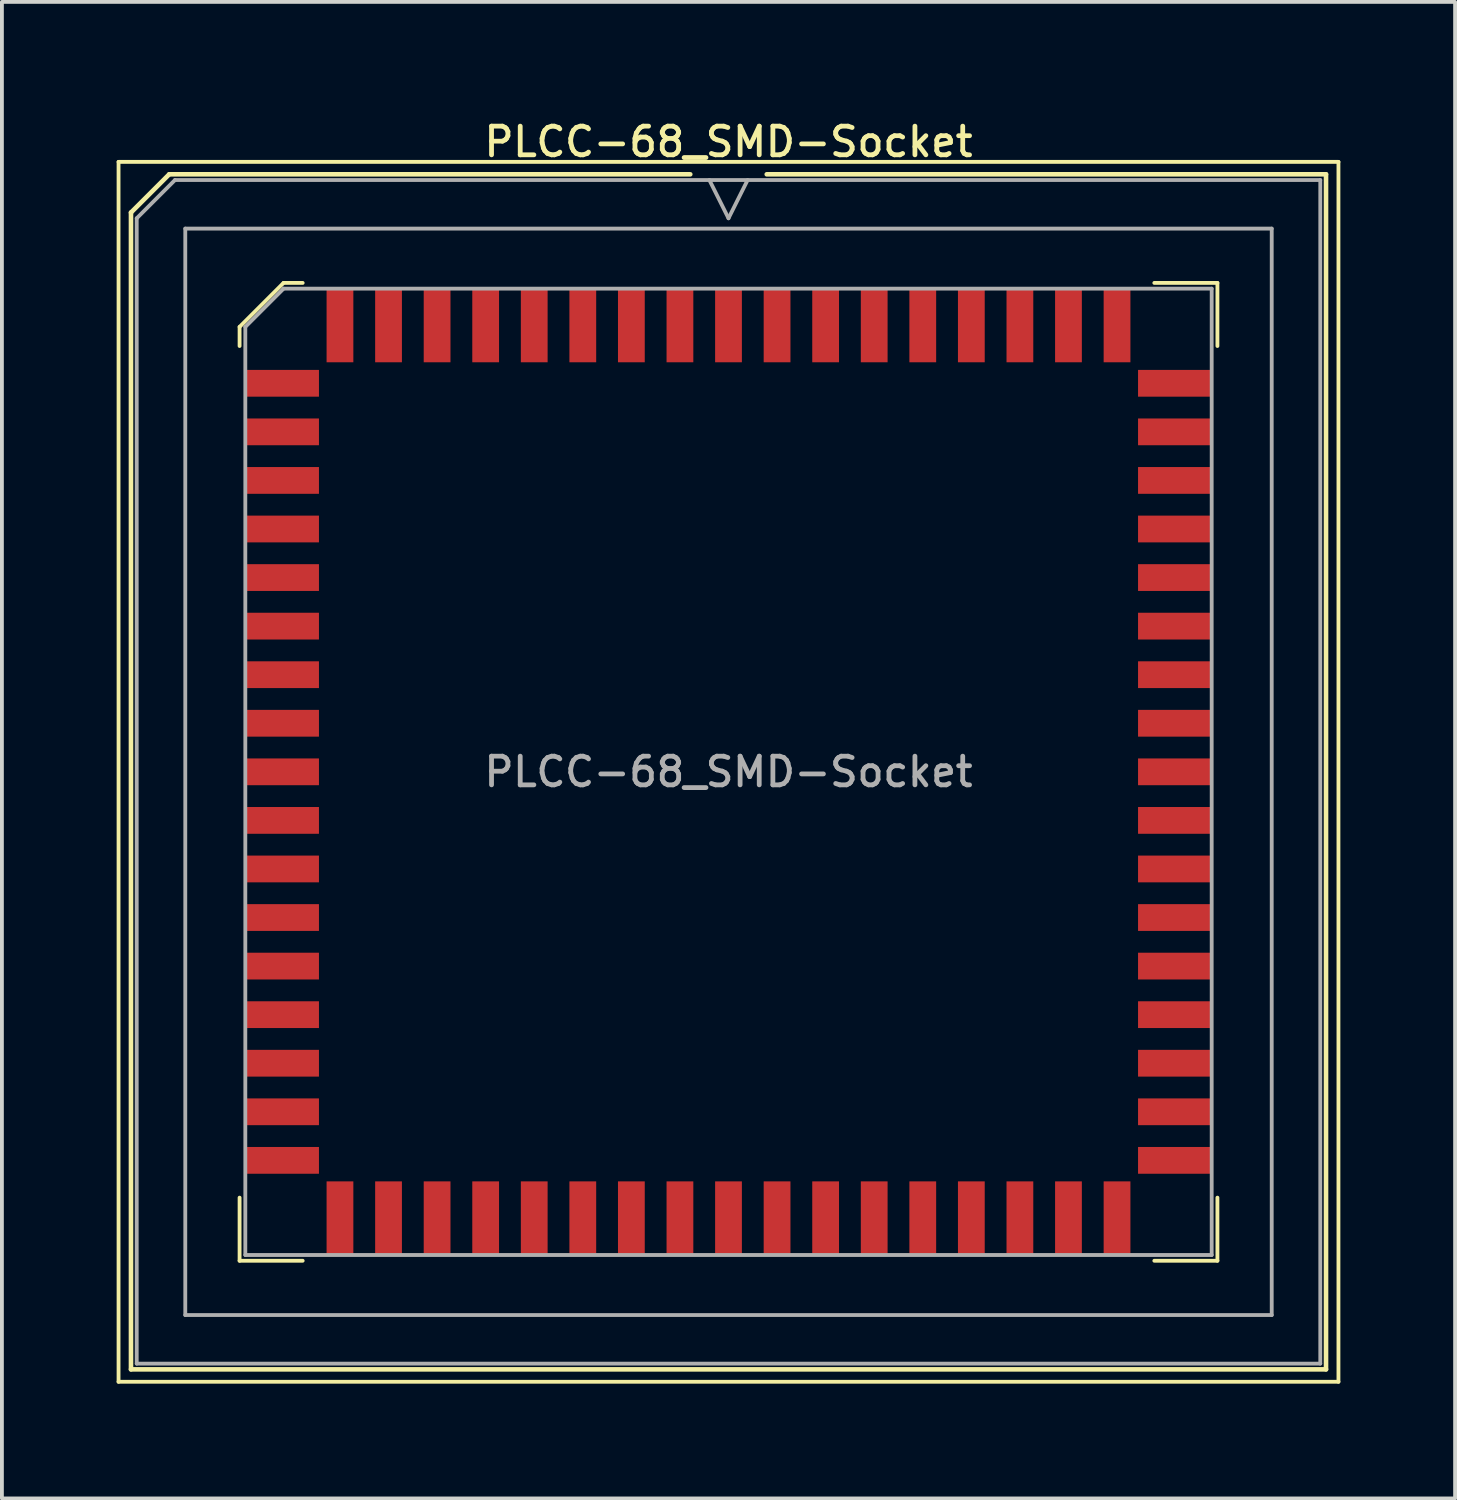
<source format=kicad_pcb>
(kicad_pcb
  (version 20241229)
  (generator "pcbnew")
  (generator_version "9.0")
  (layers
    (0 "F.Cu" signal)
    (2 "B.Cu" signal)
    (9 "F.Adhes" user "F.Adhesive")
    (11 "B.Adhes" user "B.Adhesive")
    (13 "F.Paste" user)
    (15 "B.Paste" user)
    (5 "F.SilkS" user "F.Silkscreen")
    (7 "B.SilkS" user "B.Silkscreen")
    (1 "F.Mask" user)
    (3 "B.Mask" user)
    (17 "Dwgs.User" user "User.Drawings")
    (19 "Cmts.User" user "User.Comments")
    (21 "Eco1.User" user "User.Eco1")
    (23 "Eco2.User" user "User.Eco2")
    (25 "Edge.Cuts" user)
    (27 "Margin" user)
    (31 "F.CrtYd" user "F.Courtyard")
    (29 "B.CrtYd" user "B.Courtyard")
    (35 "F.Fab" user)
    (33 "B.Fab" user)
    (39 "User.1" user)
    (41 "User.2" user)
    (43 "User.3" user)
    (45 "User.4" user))
  (footprint "PLCC-68_SMD-Socket"
    (layer "F.Cu")
    (at 16 17.133)
    (property "Reference" "PLCC-68_SMD-Socket" (at 0 -16.475 0) (layer "F.SilkS") (effects (font (size 0.75 0.75) (thickness 0.125))))
    (attr smd)
    (fp_line (start -15.95 -15.95) (end -15.95 15.95) (stroke (width 0.1) (type solid)) (layer "F.SilkS"))
    (fp_line (start -15.95 15.95) (end 15.95 15.95) (stroke (width 0.1) (type solid)) (layer "F.SilkS"))
    (fp_line (start -15.625 -14.625) (end -15.625 15.625) (stroke (width 0.12) (type solid)) (layer "F.SilkS"))
    (fp_line (start -15.625 15.625) (end 15.625 15.625) (stroke (width 0.12) (type solid)) (layer "F.SilkS"))
    (fp_line (start -14.625 -15.625) (end -15.625 -14.625) (stroke (width 0.12) (type solid)) (layer "F.SilkS"))
    (fp_line (start -12.785 -11.635) (end -12.785 -11.135) (stroke (width 0.1) (type solid)) (layer "F.SilkS"))
    (fp_line (start -12.785 12.785) (end -12.785 11.135) (stroke (width 0.1) (type solid)) (layer "F.SilkS"))
    (fp_line (start -11.635 -12.785) (end -12.785 -11.635) (stroke (width 0.1) (type solid)) (layer "F.SilkS"))
    (fp_line (start -11.135 -12.785) (end -11.635 -12.785) (stroke (width 0.1) (type solid)) (layer "F.SilkS"))
    (fp_line (start -11.135 12.785) (end -12.785 12.785) (stroke (width 0.1) (type solid)) (layer "F.SilkS"))
    (fp_line (start -1 -15.625) (end -14.625 -15.625) (stroke (width 0.12) (type solid)) (layer "F.SilkS"))
    (fp_line (start 11.135 -12.785) (end 12.785 -12.785) (stroke (width 0.1) (type solid)) (layer "F.SilkS"))
    (fp_line (start 11.135 12.785) (end 12.785 12.785) (stroke (width 0.1) (type solid)) (layer "F.SilkS"))
    (fp_line (start 12.785 -12.785) (end 12.785 -11.135) (stroke (width 0.1) (type solid)) (layer "F.SilkS"))
    (fp_line (start 12.785 12.785) (end 12.785 11.135) (stroke (width 0.1) (type solid)) (layer "F.SilkS"))
    (fp_line (start 15.625 -15.625) (end 1 -15.625) (stroke (width 0.12) (type solid)) (layer "F.SilkS"))
    (fp_line (start 15.625 15.625) (end 15.625 -15.625) (stroke (width 0.12) (type solid)) (layer "F.SilkS"))
    (fp_line (start 15.95 -15.95) (end -15.95 -15.95) (stroke (width 0.1) (type solid)) (layer "F.SilkS"))
    (fp_line (start 15.95 15.95) (end 15.95 -15.95) (stroke (width 0.1) (type solid)) (layer "F.SilkS"))
    (fp_line (start -15.475 -14.475) (end -15.475 15.475) (stroke (width 0.1) (type solid)) (layer "F.Fab"))
    (fp_line (start -15.475 15.475) (end 15.475 15.475) (stroke (width 0.1) (type solid)) (layer "F.Fab"))
    (fp_line (start -14.475 -15.475) (end -15.475 -14.475) (stroke (width 0.1) (type solid)) (layer "F.Fab"))
    (fp_line (start -14.205 -14.205) (end -14.205 14.205) (stroke (width 0.1) (type solid)) (layer "F.Fab"))
    (fp_line (start -14.205 14.205) (end 14.205 14.205) (stroke (width 0.1) (type solid)) (layer "F.Fab"))
    (fp_line (start -12.635 -11.635) (end -12.635 12.635) (stroke (width 0.1) (type solid)) (layer "F.Fab"))
    (fp_line (start -12.635 12.635) (end 12.635 12.635) (stroke (width 0.1) (type solid)) (layer "F.Fab"))
    (fp_line (start -11.635 -12.635) (end -12.635 -11.635) (stroke (width 0.1) (type solid)) (layer "F.Fab"))
    (fp_line (start -0.5 -15.475) (end 0 -14.475) (stroke (width 0.1) (type solid)) (layer "F.Fab"))
    (fp_line (start 0 -14.475) (end 0.5 -15.475) (stroke (width 0.1) (type solid)) (layer "F.Fab"))
    (fp_line (start 12.635 -12.635) (end -11.635 -12.635) (stroke (width 0.1) (type solid)) (layer "F.Fab"))
    (fp_line (start 12.635 12.635) (end 12.635 -12.635) (stroke (width 0.1) (type solid)) (layer "F.Fab"))
    (fp_line (start 14.205 -14.205) (end -14.205 -14.205) (stroke (width 0.1) (type solid)) (layer "F.Fab"))
    (fp_line (start 14.205 14.205) (end 14.205 -14.205) (stroke (width 0.1) (type solid)) (layer "F.Fab"))
    (fp_line (start 15.475 -15.475) (end -14.475 -15.475) (stroke (width 0.1) (type solid)) (layer "F.Fab"))
    (fp_line (start 15.475 15.475) (end 15.475 -15.475) (stroke (width 0.1) (type solid)) (layer "F.Fab"))
    (fp_text user "${REFERENCE}" (at 0 0 0) (layer "F.Fab") (effects (font (size 0.75 0.75) (thickness 0.125))))
    (pad "1" smd rect (at 0 -11.672) (size 0.7 1.925) (layers "F.Cu" "F.Mask" "F.Paste"))
    (pad "2" smd rect (at -1.27 -11.672) (size 0.7 1.925) (layers "F.Cu" "F.Mask" "F.Paste"))
    (pad "3" smd rect (at -2.54 -11.672) (size 0.7 1.925) (layers "F.Cu" "F.Mask" "F.Paste"))
    (pad "4" smd rect (at -3.81 -11.672) (size 0.7 1.925) (layers "F.Cu" "F.Mask" "F.Paste"))
    (pad "5" smd rect (at -5.08 -11.672) (size 0.7 1.925) (layers "F.Cu" "F.Mask" "F.Paste"))
    (pad "6" smd rect (at -6.35 -11.672) (size 0.7 1.925) (layers "F.Cu" "F.Mask" "F.Paste"))
    (pad "7" smd rect (at -7.62 -11.672) (size 0.7 1.925) (layers "F.Cu" "F.Mask" "F.Paste"))
    (pad "8" smd rect (at -8.89 -11.672) (size 0.7 1.925) (layers "F.Cu" "F.Mask" "F.Paste"))
    (pad "9" smd rect (at -10.16 -11.672) (size 0.7 1.925) (layers "F.Cu" "F.Mask" "F.Paste"))
    (pad "10" smd rect (at -11.672 -10.16) (size 1.925 0.7) (layers "F.Cu" "F.Mask" "F.Paste"))
    (pad "11" smd rect (at -11.672 -8.89) (size 1.925 0.7) (layers "F.Cu" "F.Mask" "F.Paste"))
    (pad "12" smd rect (at -11.672 -7.62) (size 1.925 0.7) (layers "F.Cu" "F.Mask" "F.Paste"))
    (pad "13" smd rect (at -11.672 -6.35) (size 1.925 0.7) (layers "F.Cu" "F.Mask" "F.Paste"))
    (pad "14" smd rect (at -11.672 -5.08) (size 1.925 0.7) (layers "F.Cu" "F.Mask" "F.Paste"))
    (pad "15" smd rect (at -11.672 -3.81) (size 1.925 0.7) (layers "F.Cu" "F.Mask" "F.Paste"))
    (pad "16" smd rect (at -11.672 -2.54) (size 1.925 0.7) (layers "F.Cu" "F.Mask" "F.Paste"))
    (pad "17" smd rect (at -11.672 -1.27) (size 1.925 0.7) (layers "F.Cu" "F.Mask" "F.Paste"))
    (pad "18" smd rect (at -11.672 0) (size 1.925 0.7) (layers "F.Cu" "F.Mask" "F.Paste"))
    (pad "19" smd rect (at -11.672 1.27) (size 1.925 0.7) (layers "F.Cu" "F.Mask" "F.Paste"))
    (pad "20" smd rect (at -11.672 2.54) (size 1.925 0.7) (layers "F.Cu" "F.Mask" "F.Paste"))
    (pad "21" smd rect (at -11.672 3.81) (size 1.925 0.7) (layers "F.Cu" "F.Mask" "F.Paste"))
    (pad "22" smd rect (at -11.672 5.08) (size 1.925 0.7) (layers "F.Cu" "F.Mask" "F.Paste"))
    (pad "23" smd rect (at -11.672 6.35) (size 1.925 0.7) (layers "F.Cu" "F.Mask" "F.Paste"))
    (pad "24" smd rect (at -11.672 7.62) (size 1.925 0.7) (layers "F.Cu" "F.Mask" "F.Paste"))
    (pad "25" smd rect (at -11.672 8.89) (size 1.925 0.7) (layers "F.Cu" "F.Mask" "F.Paste"))
    (pad "26" smd rect (at -11.672 10.16) (size 1.925 0.7) (layers "F.Cu" "F.Mask" "F.Paste"))
    (pad "27" smd rect (at -10.16 11.672) (size 0.7 1.925) (layers "F.Cu" "F.Mask" "F.Paste"))
    (pad "28" smd rect (at -8.89 11.672) (size 0.7 1.925) (layers "F.Cu" "F.Mask" "F.Paste"))
    (pad "29" smd rect (at -7.62 11.672) (size 0.7 1.925) (layers "F.Cu" "F.Mask" "F.Paste"))
    (pad "30" smd rect (at -6.35 11.672) (size 0.7 1.925) (layers "F.Cu" "F.Mask" "F.Paste"))
    (pad "31" smd rect (at -5.08 11.672) (size 0.7 1.925) (layers "F.Cu" "F.Mask" "F.Paste"))
    (pad "32" smd rect (at -3.81 11.672) (size 0.7 1.925) (layers "F.Cu" "F.Mask" "F.Paste"))
    (pad "33" smd rect (at -2.54 11.672) (size 0.7 1.925) (layers "F.Cu" "F.Mask" "F.Paste"))
    (pad "34" smd rect (at -1.27 11.672) (size 0.7 1.925) (layers "F.Cu" "F.Mask" "F.Paste"))
    (pad "35" smd rect (at 0 11.672) (size 0.7 1.925) (layers "F.Cu" "F.Mask" "F.Paste"))
    (pad "36" smd rect (at 1.27 11.672) (size 0.7 1.925) (layers "F.Cu" "F.Mask" "F.Paste"))
    (pad "37" smd rect (at 2.54 11.672) (size 0.7 1.925) (layers "F.Cu" "F.Mask" "F.Paste"))
    (pad "38" smd rect (at 3.81 11.672) (size 0.7 1.925) (layers "F.Cu" "F.Mask" "F.Paste"))
    (pad "39" smd rect (at 5.08 11.672) (size 0.7 1.925) (layers "F.Cu" "F.Mask" "F.Paste"))
    (pad "40" smd rect (at 6.35 11.672) (size 0.7 1.925) (layers "F.Cu" "F.Mask" "F.Paste"))
    (pad "41" smd rect (at 7.62 11.672) (size 0.7 1.925) (layers "F.Cu" "F.Mask" "F.Paste"))
    (pad "42" smd rect (at 8.89 11.672) (size 0.7 1.925) (layers "F.Cu" "F.Mask" "F.Paste"))
    (pad "43" smd rect (at 10.16 11.672) (size 0.7 1.925) (layers "F.Cu" "F.Mask" "F.Paste"))
    (pad "44" smd rect (at 11.672 10.16) (size 1.925 0.7) (layers "F.Cu" "F.Mask" "F.Paste"))
    (pad "45" smd rect (at 11.672 8.89) (size 1.925 0.7) (layers "F.Cu" "F.Mask" "F.Paste"))
    (pad "46" smd rect (at 11.672 7.62) (size 1.925 0.7) (layers "F.Cu" "F.Mask" "F.Paste"))
    (pad "47" smd rect (at 11.672 6.35) (size 1.925 0.7) (layers "F.Cu" "F.Mask" "F.Paste"))
    (pad "48" smd rect (at 11.672 5.08) (size 1.925 0.7) (layers "F.Cu" "F.Mask" "F.Paste"))
    (pad "49" smd rect (at 11.672 3.81) (size 1.925 0.7) (layers "F.Cu" "F.Mask" "F.Paste"))
    (pad "50" smd rect (at 11.672 2.54) (size 1.925 0.7) (layers "F.Cu" "F.Mask" "F.Paste"))
    (pad "51" smd rect (at 11.672 1.27) (size 1.925 0.7) (layers "F.Cu" "F.Mask" "F.Paste"))
    (pad "52" smd rect (at 11.672 0) (size 1.925 0.7) (layers "F.Cu" "F.Mask" "F.Paste"))
    (pad "53" smd rect (at 11.672 -1.27) (size 1.925 0.7) (layers "F.Cu" "F.Mask" "F.Paste"))
    (pad "54" smd rect (at 11.672 -2.54) (size 1.925 0.7) (layers "F.Cu" "F.Mask" "F.Paste"))
    (pad "55" smd rect (at 11.672 -3.81) (size 1.925 0.7) (layers "F.Cu" "F.Mask" "F.Paste"))
    (pad "56" smd rect (at 11.672 -5.08) (size 1.925 0.7) (layers "F.Cu" "F.Mask" "F.Paste"))
    (pad "57" smd rect (at 11.672 -6.35) (size 1.925 0.7) (layers "F.Cu" "F.Mask" "F.Paste"))
    (pad "58" smd rect (at 11.672 -7.62) (size 1.925 0.7) (layers "F.Cu" "F.Mask" "F.Paste"))
    (pad "59" smd rect (at 11.672 -8.89) (size 1.925 0.7) (layers "F.Cu" "F.Mask" "F.Paste"))
    (pad "60" smd rect (at 11.672 -10.16) (size 1.925 0.7) (layers "F.Cu" "F.Mask" "F.Paste"))
    (pad "61" smd rect (at 10.16 -11.672) (size 0.7 1.925) (layers "F.Cu" "F.Mask" "F.Paste"))
    (pad "62" smd rect (at 8.89 -11.672) (size 0.7 1.925) (layers "F.Cu" "F.Mask" "F.Paste"))
    (pad "63" smd rect (at 7.62 -11.672) (size 0.7 1.925) (layers "F.Cu" "F.Mask" "F.Paste"))
    (pad "64" smd rect (at 6.35 -11.672) (size 0.7 1.925) (layers "F.Cu" "F.Mask" "F.Paste"))
    (pad "65" smd rect (at 5.08 -11.672) (size 0.7 1.925) (layers "F.Cu" "F.Mask" "F.Paste"))
    (pad "66" smd rect (at 3.81 -11.672) (size 0.7 1.925) (layers "F.Cu" "F.Mask" "F.Paste"))
    (pad "67" smd rect (at 2.54 -11.672) (size 0.7 1.925) (layers "F.Cu" "F.Mask" "F.Paste"))
    (pad "68" smd rect (at 1.27 -11.672) (size 0.7 1.925) (layers "F.Cu" "F.Mask" "F.Paste")))
  (gr_rect
    (start -3 -3)
    (end 35 36.133)
    (stroke (width 0.1) (type default))
    (fill no)
    (layer "Edge.Cuts")))
</source>
